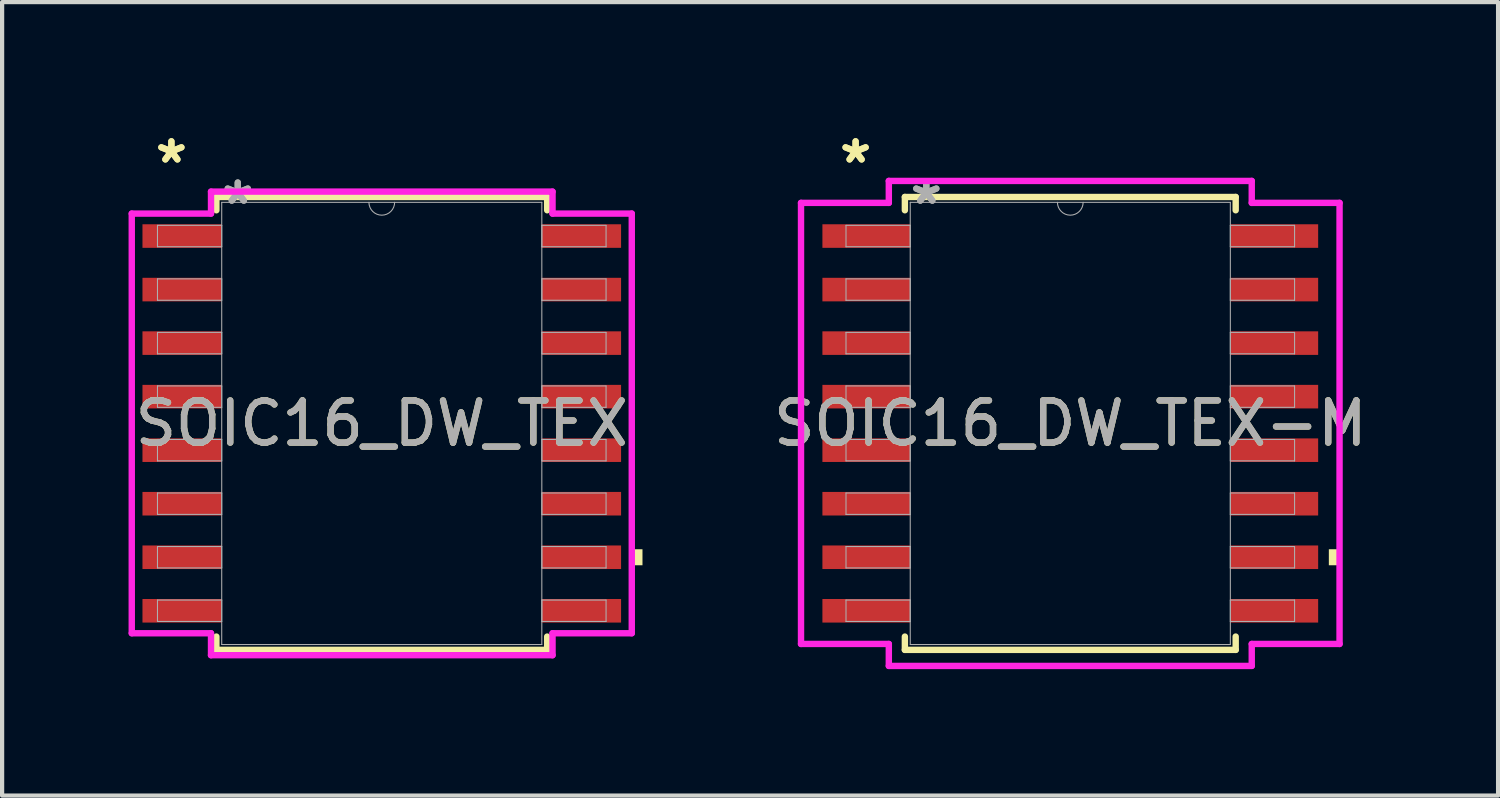
<source format=kicad_pcb>
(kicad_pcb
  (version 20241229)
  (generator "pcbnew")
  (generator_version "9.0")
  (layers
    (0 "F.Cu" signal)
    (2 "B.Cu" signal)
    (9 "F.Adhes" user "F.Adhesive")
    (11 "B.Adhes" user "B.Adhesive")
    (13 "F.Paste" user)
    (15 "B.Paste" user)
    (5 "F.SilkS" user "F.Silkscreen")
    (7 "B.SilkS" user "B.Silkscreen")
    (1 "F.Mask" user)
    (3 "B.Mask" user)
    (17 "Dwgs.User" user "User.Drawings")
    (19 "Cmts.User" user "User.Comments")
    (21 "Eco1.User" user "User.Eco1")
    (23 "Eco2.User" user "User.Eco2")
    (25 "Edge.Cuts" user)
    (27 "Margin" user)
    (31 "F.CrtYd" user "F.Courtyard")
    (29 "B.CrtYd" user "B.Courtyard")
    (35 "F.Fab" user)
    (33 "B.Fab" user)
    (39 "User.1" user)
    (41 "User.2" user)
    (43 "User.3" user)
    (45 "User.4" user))
  (footprint "SOIC16_DW_TEX-M"
    (layer "F.Cu")
    (at 22.341 6.995)
    (property "Reference" "SOIC16_DW_TEX-M" (at 0 0 0) (unlocked yes) (layer "F.SilkS") (effects (font (size 1 1) (thickness 0.15))))
    (attr smd)
    (fp_line (start -3.924 -5.372) (end -3.924 -5.057) (stroke (width 0.152) (type solid)) (layer "F.SilkS"))
    (fp_line (start -3.924 5.057) (end -3.924 5.372) (stroke (width 0.152) (type solid)) (layer "F.SilkS"))
    (fp_line (start -3.924 5.372) (end 3.924 5.372) (stroke (width 0.152) (type solid)) (layer "F.SilkS"))
    (fp_line (start 3.924 -5.372) (end -3.924 -5.372) (stroke (width 0.152) (type solid)) (layer "F.SilkS"))
    (fp_line (start 3.924 -5.057) (end 3.924 -5.372) (stroke (width 0.152) (type solid)) (layer "F.SilkS"))
    (fp_line (start 3.924 5.372) (end 3.924 5.057) (stroke (width 0.152) (type solid)) (layer "F.SilkS"))
    (fp_poly (pts (xy 6.388 2.985) (xy 6.388 3.365) (xy 6.134 3.365) (xy 6.134 2.985)) (stroke (width 0) (type solid)) (fill yes) (layer "F.SilkS"))
    (fp_line (start -6.388 -5.232) (end -4.305 -5.232) (stroke (width 0.152) (type solid)) (layer "F.CrtYd"))
    (fp_line (start -6.388 5.232) (end -6.388 -5.232) (stroke (width 0.152) (type solid)) (layer "F.CrtYd"))
    (fp_line (start -6.388 5.232) (end -4.305 5.232) (stroke (width 0.152) (type solid)) (layer "F.CrtYd"))
    (fp_line (start -4.305 -5.753) (end 4.305 -5.753) (stroke (width 0.152) (type solid)) (layer "F.CrtYd"))
    (fp_line (start -4.305 -5.232) (end -4.305 -5.753) (stroke (width 0.152) (type solid)) (layer "F.CrtYd"))
    (fp_line (start -4.305 5.753) (end -4.305 5.232) (stroke (width 0.152) (type solid)) (layer "F.CrtYd"))
    (fp_line (start 4.305 -5.753) (end 4.305 -5.232) (stroke (width 0.152) (type solid)) (layer "F.CrtYd"))
    (fp_line (start 4.305 5.232) (end 4.305 5.753) (stroke (width 0.152) (type solid)) (layer "F.CrtYd"))
    (fp_line (start 4.305 5.753) (end -4.305 5.753) (stroke (width 0.152) (type solid)) (layer "F.CrtYd"))
    (fp_line (start 6.388 -5.232) (end 4.305 -5.232) (stroke (width 0.152) (type solid)) (layer "F.CrtYd"))
    (fp_line (start 6.388 -5.232) (end 6.388 5.232) (stroke (width 0.152) (type solid)) (layer "F.CrtYd"))
    (fp_line (start 6.388 5.232) (end 4.305 5.232) (stroke (width 0.152) (type solid)) (layer "F.CrtYd"))
    (fp_line (start -5.321 -4.699) (end -5.321 -4.191) (stroke (width 0.025) (type solid)) (layer "F.Fab"))
    (fp_line (start -5.321 -4.191) (end -3.797 -4.191) (stroke (width 0.025) (type solid)) (layer "F.Fab"))
    (fp_line (start -5.321 -3.429) (end -5.321 -2.921) (stroke (width 0.025) (type solid)) (layer "F.Fab"))
    (fp_line (start -5.321 -2.921) (end -3.797 -2.921) (stroke (width 0.025) (type solid)) (layer "F.Fab"))
    (fp_line (start -5.321 -2.159) (end -5.321 -1.651) (stroke (width 0.025) (type solid)) (layer "F.Fab"))
    (fp_line (start -5.321 -1.651) (end -3.797 -1.651) (stroke (width 0.025) (type solid)) (layer "F.Fab"))
    (fp_line (start -5.321 -0.889) (end -5.321 -0.381) (stroke (width 0.025) (type solid)) (layer "F.Fab"))
    (fp_line (start -5.321 -0.381) (end -3.797 -0.381) (stroke (width 0.025) (type solid)) (layer "F.Fab"))
    (fp_line (start -5.321 0.381) (end -5.321 0.889) (stroke (width 0.025) (type solid)) (layer "F.Fab"))
    (fp_line (start -5.321 0.889) (end -3.797 0.889) (stroke (width 0.025) (type solid)) (layer "F.Fab"))
    (fp_line (start -5.321 1.651) (end -5.321 2.159) (stroke (width 0.025) (type solid)) (layer "F.Fab"))
    (fp_line (start -5.321 2.159) (end -3.797 2.159) (stroke (width 0.025) (type solid)) (layer "F.Fab"))
    (fp_line (start -5.321 2.921) (end -5.321 3.429) (stroke (width 0.025) (type solid)) (layer "F.Fab"))
    (fp_line (start -5.321 3.429) (end -3.797 3.429) (stroke (width 0.025) (type solid)) (layer "F.Fab"))
    (fp_line (start -5.321 4.191) (end -5.321 4.699) (stroke (width 0.025) (type solid)) (layer "F.Fab"))
    (fp_line (start -5.321 4.699) (end -3.797 4.699) (stroke (width 0.025) (type solid)) (layer "F.Fab"))
    (fp_line (start -3.797 -5.245) (end -3.797 5.245) (stroke (width 0.025) (type solid)) (layer "F.Fab"))
    (fp_line (start -3.797 -4.699) (end -5.321 -4.699) (stroke (width 0.025) (type solid)) (layer "F.Fab"))
    (fp_line (start -3.797 -4.191) (end -3.797 -4.699) (stroke (width 0.025) (type solid)) (layer "F.Fab"))
    (fp_line (start -3.797 -3.429) (end -5.321 -3.429) (stroke (width 0.025) (type solid)) (layer "F.Fab"))
    (fp_line (start -3.797 -2.921) (end -3.797 -3.429) (stroke (width 0.025) (type solid)) (layer "F.Fab"))
    (fp_line (start -3.797 -2.159) (end -5.321 -2.159) (stroke (width 0.025) (type solid)) (layer "F.Fab"))
    (fp_line (start -3.797 -1.651) (end -3.797 -2.159) (stroke (width 0.025) (type solid)) (layer "F.Fab"))
    (fp_line (start -3.797 -0.889) (end -5.321 -0.889) (stroke (width 0.025) (type solid)) (layer "F.Fab"))
    (fp_line (start -3.797 -0.381) (end -3.797 -0.889) (stroke (width 0.025) (type solid)) (layer "F.Fab"))
    (fp_line (start -3.797 0.381) (end -5.321 0.381) (stroke (width 0.025) (type solid)) (layer "F.Fab"))
    (fp_line (start -3.797 0.889) (end -3.797 0.381) (stroke (width 0.025) (type solid)) (layer "F.Fab"))
    (fp_line (start -3.797 1.651) (end -5.321 1.651) (stroke (width 0.025) (type solid)) (layer "F.Fab"))
    (fp_line (start -3.797 2.159) (end -3.797 1.651) (stroke (width 0.025) (type solid)) (layer "F.Fab"))
    (fp_line (start -3.797 2.921) (end -5.321 2.921) (stroke (width 0.025) (type solid)) (layer "F.Fab"))
    (fp_line (start -3.797 3.429) (end -3.797 2.921) (stroke (width 0.025) (type solid)) (layer "F.Fab"))
    (fp_line (start -3.797 4.191) (end -5.321 4.191) (stroke (width 0.025) (type solid)) (layer "F.Fab"))
    (fp_line (start -3.797 4.699) (end -3.797 4.191) (stroke (width 0.025) (type solid)) (layer "F.Fab"))
    (fp_line (start -3.797 5.245) (end 3.797 5.245) (stroke (width 0.025) (type solid)) (layer "F.Fab"))
    (fp_line (start 3.797 -5.245) (end -3.797 -5.245) (stroke (width 0.025) (type solid)) (layer "F.Fab"))
    (fp_line (start 3.797 -4.699) (end 3.797 -4.191) (stroke (width 0.025) (type solid)) (layer "F.Fab"))
    (fp_line (start 3.797 -4.191) (end 5.321 -4.191) (stroke (width 0.025) (type solid)) (layer "F.Fab"))
    (fp_line (start 3.797 -3.429) (end 3.797 -2.921) (stroke (width 0.025) (type solid)) (layer "F.Fab"))
    (fp_line (start 3.797 -2.921) (end 5.321 -2.921) (stroke (width 0.025) (type solid)) (layer "F.Fab"))
    (fp_line (start 3.797 -2.159) (end 3.797 -1.651) (stroke (width 0.025) (type solid)) (layer "F.Fab"))
    (fp_line (start 3.797 -1.651) (end 5.321 -1.651) (stroke (width 0.025) (type solid)) (layer "F.Fab"))
    (fp_line (start 3.797 -0.889) (end 3.797 -0.381) (stroke (width 0.025) (type solid)) (layer "F.Fab"))
    (fp_line (start 3.797 -0.381) (end 5.321 -0.381) (stroke (width 0.025) (type solid)) (layer "F.Fab"))
    (fp_line (start 3.797 0.381) (end 3.797 0.889) (stroke (width 0.025) (type solid)) (layer "F.Fab"))
    (fp_line (start 3.797 0.889) (end 5.321 0.889) (stroke (width 0.025) (type solid)) (layer "F.Fab"))
    (fp_line (start 3.797 1.651) (end 3.797 2.159) (stroke (width 0.025) (type solid)) (layer "F.Fab"))
    (fp_line (start 3.797 2.159) (end 5.321 2.159) (stroke (width 0.025) (type solid)) (layer "F.Fab"))
    (fp_line (start 3.797 2.921) (end 3.797 3.429) (stroke (width 0.025) (type solid)) (layer "F.Fab"))
    (fp_line (start 3.797 3.429) (end 5.321 3.429) (stroke (width 0.025) (type solid)) (layer "F.Fab"))
    (fp_line (start 3.797 4.191) (end 3.797 4.699) (stroke (width 0.025) (type solid)) (layer "F.Fab"))
    (fp_line (start 3.797 4.699) (end 5.321 4.699) (stroke (width 0.025) (type solid)) (layer "F.Fab"))
    (fp_line (start 3.797 5.245) (end 3.797 -5.245) (stroke (width 0.025) (type solid)) (layer "F.Fab"))
    (fp_line (start 5.321 -4.699) (end 3.797 -4.699) (stroke (width 0.025) (type solid)) (layer "F.Fab"))
    (fp_line (start 5.321 -4.191) (end 5.321 -4.699) (stroke (width 0.025) (type solid)) (layer "F.Fab"))
    (fp_line (start 5.321 -3.429) (end 3.797 -3.429) (stroke (width 0.025) (type solid)) (layer "F.Fab"))
    (fp_line (start 5.321 -2.921) (end 5.321 -3.429) (stroke (width 0.025) (type solid)) (layer "F.Fab"))
    (fp_line (start 5.321 -2.159) (end 3.797 -2.159) (stroke (width 0.025) (type solid)) (layer "F.Fab"))
    (fp_line (start 5.321 -1.651) (end 5.321 -2.159) (stroke (width 0.025) (type solid)) (layer "F.Fab"))
    (fp_line (start 5.321 -0.889) (end 3.797 -0.889) (stroke (width 0.025) (type solid)) (layer "F.Fab"))
    (fp_line (start 5.321 -0.381) (end 5.321 -0.889) (stroke (width 0.025) (type solid)) (layer "F.Fab"))
    (fp_line (start 5.321 0.381) (end 3.797 0.381) (stroke (width 0.025) (type solid)) (layer "F.Fab"))
    (fp_line (start 5.321 0.889) (end 5.321 0.381) (stroke (width 0.025) (type solid)) (layer "F.Fab"))
    (fp_line (start 5.321 1.651) (end 3.797 1.651) (stroke (width 0.025) (type solid)) (layer "F.Fab"))
    (fp_line (start 5.321 2.159) (end 5.321 1.651) (stroke (width 0.025) (type solid)) (layer "F.Fab"))
    (fp_line (start 5.321 2.921) (end 3.797 2.921) (stroke (width 0.025) (type solid)) (layer "F.Fab"))
    (fp_line (start 5.321 3.429) (end 5.321 2.921) (stroke (width 0.025) (type solid)) (layer "F.Fab"))
    (fp_line (start 5.321 4.191) (end 3.797 4.191) (stroke (width 0.025) (type solid)) (layer "F.Fab"))
    (fp_line (start 5.321 4.699) (end 5.321 4.191) (stroke (width 0.025) (type solid)) (layer "F.Fab"))
    (fp_arc (start 0.3048 -5.2451) (mid 0 -4.9403) (end -0.3048 -5.2451) (stroke (width 0.0254) (type solid)) (layer "F.Fab"))
    (fp_text user "*" (at -5.093 -6.147 0) (unlocked yes) (layer "F.SilkS") (effects (font (size 1 1) (thickness 0.15))))
    (fp_text user "*" (at -5.093 -6.147 0) (layer "F.SilkS") (effects (font (size 1 1) (thickness 0.15))))
    (fp_text user "*" (at -3.416 -5.169 0) (unlocked yes) (layer "F.Fab") (effects (font (size 1 1) (thickness 0.15))))
    (fp_text user "${REFERENCE}" (at 0 0 0) (unlocked yes) (layer "F.Fab") (effects (font (size 1 1) (thickness 0.15))))
    (fp_text user "*" (at -3.416 -5.169 0) (layer "F.Fab") (effects (font (size 1 1) (thickness 0.15))))
    (pad "1" smd rect (at -4.839 -4.445) (size 2.083 0.559) (layers "F.Cu" "F.Mask" "F.Paste"))
    (pad "2" smd rect (at -4.839 -3.175) (size 2.083 0.559) (layers "F.Cu" "F.Mask" "F.Paste"))
    (pad "3" smd rect (at -4.839 -1.905) (size 2.083 0.559) (layers "F.Cu" "F.Mask" "F.Paste"))
    (pad "4" smd rect (at -4.839 -0.635) (size 2.083 0.559) (layers "F.Cu" "F.Mask" "F.Paste"))
    (pad "5" smd rect (at -4.839 0.635) (size 2.083 0.559) (layers "F.Cu" "F.Mask" "F.Paste"))
    (pad "6" smd rect (at -4.839 1.905) (size 2.083 0.559) (layers "F.Cu" "F.Mask" "F.Paste"))
    (pad "7" smd rect (at -4.839 3.175) (size 2.083 0.559) (layers "F.Cu" "F.Mask" "F.Paste"))
    (pad "8" smd rect (at -4.839 4.445) (size 2.083 0.559) (layers "F.Cu" "F.Mask" "F.Paste"))
    (pad "9" smd rect (at 4.839 4.445) (size 2.083 0.559) (layers "F.Cu" "F.Mask" "F.Paste"))
    (pad "10" smd rect (at 4.839 3.175) (size 2.083 0.559) (layers "F.Cu" "F.Mask" "F.Paste"))
    (pad "11" smd rect (at 4.839 1.905) (size 2.083 0.559) (layers "F.Cu" "F.Mask" "F.Paste"))
    (pad "12" smd rect (at 4.839 0.635) (size 2.083 0.559) (layers "F.Cu" "F.Mask" "F.Paste"))
    (pad "13" smd rect (at 4.839 -0.635) (size 2.083 0.559) (layers "F.Cu" "F.Mask" "F.Paste"))
    (pad "14" smd rect (at 4.839 -1.905) (size 2.083 0.559) (layers "F.Cu" "F.Mask" "F.Paste"))
    (pad "15" smd rect (at 4.839 -3.175) (size 2.083 0.559) (layers "F.Cu" "F.Mask" "F.Paste"))
    (pad "16" smd rect (at 4.839 -4.445) (size 2.083 0.559) (layers "F.Cu" "F.Mask" "F.Paste")))
  (footprint "SOIC16_DW_TEX"
    (layer "F.Cu")
    (at 6.007 6.995)
    (property "Reference" "SOIC16_DW_TEX" (at 0 0 0) (unlocked yes) (layer "F.SilkS") (effects (font (size 1 1) (thickness 0.15))))
    (attr smd)
    (fp_line (start -3.924 -5.372) (end -3.924 -5.057) (stroke (width 0.152) (type solid)) (layer "F.SilkS"))
    (fp_line (start -3.924 5.057) (end -3.924 5.372) (stroke (width 0.152) (type solid)) (layer "F.SilkS"))
    (fp_line (start -3.924 5.372) (end 3.924 5.372) (stroke (width 0.152) (type solid)) (layer "F.SilkS"))
    (fp_line (start 3.924 -5.372) (end -3.924 -5.372) (stroke (width 0.152) (type solid)) (layer "F.SilkS"))
    (fp_line (start 3.924 -5.057) (end 3.924 -5.372) (stroke (width 0.152) (type solid)) (layer "F.SilkS"))
    (fp_line (start 3.924 5.372) (end 3.924 5.057) (stroke (width 0.152) (type solid)) (layer "F.SilkS"))
    (fp_poly (pts (xy 6.185 2.985) (xy 6.185 3.365) (xy 5.931 3.365) (xy 5.931 2.985)) (stroke (width 0) (type solid)) (fill yes) (layer "F.SilkS"))
    (fp_line (start -5.931 -4.978) (end -4.051 -4.978) (stroke (width 0.152) (type solid)) (layer "F.CrtYd"))
    (fp_line (start -5.931 4.978) (end -5.931 -4.978) (stroke (width 0.152) (type solid)) (layer "F.CrtYd"))
    (fp_line (start -5.931 4.978) (end -4.051 4.978) (stroke (width 0.152) (type solid)) (layer "F.CrtYd"))
    (fp_line (start -4.051 -5.499) (end 4.051 -5.499) (stroke (width 0.152) (type solid)) (layer "F.CrtYd"))
    (fp_line (start -4.051 -4.978) (end -4.051 -5.499) (stroke (width 0.152) (type solid)) (layer "F.CrtYd"))
    (fp_line (start -4.051 5.499) (end -4.051 4.978) (stroke (width 0.152) (type solid)) (layer "F.CrtYd"))
    (fp_line (start 4.051 -5.499) (end 4.051 -4.978) (stroke (width 0.152) (type solid)) (layer "F.CrtYd"))
    (fp_line (start 4.051 4.978) (end 4.051 5.499) (stroke (width 0.152) (type solid)) (layer "F.CrtYd"))
    (fp_line (start 4.051 5.499) (end -4.051 5.499) (stroke (width 0.152) (type solid)) (layer "F.CrtYd"))
    (fp_line (start 5.931 -4.978) (end 4.051 -4.978) (stroke (width 0.152) (type solid)) (layer "F.CrtYd"))
    (fp_line (start 5.931 -4.978) (end 5.931 4.978) (stroke (width 0.152) (type solid)) (layer "F.CrtYd"))
    (fp_line (start 5.931 4.978) (end 4.051 4.978) (stroke (width 0.152) (type solid)) (layer "F.CrtYd"))
    (fp_line (start -5.321 -4.699) (end -5.321 -4.191) (stroke (width 0.025) (type solid)) (layer "F.Fab"))
    (fp_line (start -5.321 -4.191) (end -3.797 -4.191) (stroke (width 0.025) (type solid)) (layer "F.Fab"))
    (fp_line (start -5.321 -3.429) (end -5.321 -2.921) (stroke (width 0.025) (type solid)) (layer "F.Fab"))
    (fp_line (start -5.321 -2.921) (end -3.797 -2.921) (stroke (width 0.025) (type solid)) (layer "F.Fab"))
    (fp_line (start -5.321 -2.159) (end -5.321 -1.651) (stroke (width 0.025) (type solid)) (layer "F.Fab"))
    (fp_line (start -5.321 -1.651) (end -3.797 -1.651) (stroke (width 0.025) (type solid)) (layer "F.Fab"))
    (fp_line (start -5.321 -0.889) (end -5.321 -0.381) (stroke (width 0.025) (type solid)) (layer "F.Fab"))
    (fp_line (start -5.321 -0.381) (end -3.797 -0.381) (stroke (width 0.025) (type solid)) (layer "F.Fab"))
    (fp_line (start -5.321 0.381) (end -5.321 0.889) (stroke (width 0.025) (type solid)) (layer "F.Fab"))
    (fp_line (start -5.321 0.889) (end -3.797 0.889) (stroke (width 0.025) (type solid)) (layer "F.Fab"))
    (fp_line (start -5.321 1.651) (end -5.321 2.159) (stroke (width 0.025) (type solid)) (layer "F.Fab"))
    (fp_line (start -5.321 2.159) (end -3.797 2.159) (stroke (width 0.025) (type solid)) (layer "F.Fab"))
    (fp_line (start -5.321 2.921) (end -5.321 3.429) (stroke (width 0.025) (type solid)) (layer "F.Fab"))
    (fp_line (start -5.321 3.429) (end -3.797 3.429) (stroke (width 0.025) (type solid)) (layer "F.Fab"))
    (fp_line (start -5.321 4.191) (end -5.321 4.699) (stroke (width 0.025) (type solid)) (layer "F.Fab"))
    (fp_line (start -5.321 4.699) (end -3.797 4.699) (stroke (width 0.025) (type solid)) (layer "F.Fab"))
    (fp_line (start -3.797 -5.245) (end -3.797 5.245) (stroke (width 0.025) (type solid)) (layer "F.Fab"))
    (fp_line (start -3.797 -4.699) (end -5.321 -4.699) (stroke (width 0.025) (type solid)) (layer "F.Fab"))
    (fp_line (start -3.797 -4.191) (end -3.797 -4.699) (stroke (width 0.025) (type solid)) (layer "F.Fab"))
    (fp_line (start -3.797 -3.429) (end -5.321 -3.429) (stroke (width 0.025) (type solid)) (layer "F.Fab"))
    (fp_line (start -3.797 -2.921) (end -3.797 -3.429) (stroke (width 0.025) (type solid)) (layer "F.Fab"))
    (fp_line (start -3.797 -2.159) (end -5.321 -2.159) (stroke (width 0.025) (type solid)) (layer "F.Fab"))
    (fp_line (start -3.797 -1.651) (end -3.797 -2.159) (stroke (width 0.025) (type solid)) (layer "F.Fab"))
    (fp_line (start -3.797 -0.889) (end -5.321 -0.889) (stroke (width 0.025) (type solid)) (layer "F.Fab"))
    (fp_line (start -3.797 -0.381) (end -3.797 -0.889) (stroke (width 0.025) (type solid)) (layer "F.Fab"))
    (fp_line (start -3.797 0.381) (end -5.321 0.381) (stroke (width 0.025) (type solid)) (layer "F.Fab"))
    (fp_line (start -3.797 0.889) (end -3.797 0.381) (stroke (width 0.025) (type solid)) (layer "F.Fab"))
    (fp_line (start -3.797 1.651) (end -5.321 1.651) (stroke (width 0.025) (type solid)) (layer "F.Fab"))
    (fp_line (start -3.797 2.159) (end -3.797 1.651) (stroke (width 0.025) (type solid)) (layer "F.Fab"))
    (fp_line (start -3.797 2.921) (end -5.321 2.921) (stroke (width 0.025) (type solid)) (layer "F.Fab"))
    (fp_line (start -3.797 3.429) (end -3.797 2.921) (stroke (width 0.025) (type solid)) (layer "F.Fab"))
    (fp_line (start -3.797 4.191) (end -5.321 4.191) (stroke (width 0.025) (type solid)) (layer "F.Fab"))
    (fp_line (start -3.797 4.699) (end -3.797 4.191) (stroke (width 0.025) (type solid)) (layer "F.Fab"))
    (fp_line (start -3.797 5.245) (end 3.797 5.245) (stroke (width 0.025) (type solid)) (layer "F.Fab"))
    (fp_line (start 3.797 -5.245) (end -3.797 -5.245) (stroke (width 0.025) (type solid)) (layer "F.Fab"))
    (fp_line (start 3.797 -4.699) (end 3.797 -4.191) (stroke (width 0.025) (type solid)) (layer "F.Fab"))
    (fp_line (start 3.797 -4.191) (end 5.321 -4.191) (stroke (width 0.025) (type solid)) (layer "F.Fab"))
    (fp_line (start 3.797 -3.429) (end 3.797 -2.921) (stroke (width 0.025) (type solid)) (layer "F.Fab"))
    (fp_line (start 3.797 -2.921) (end 5.321 -2.921) (stroke (width 0.025) (type solid)) (layer "F.Fab"))
    (fp_line (start 3.797 -2.159) (end 3.797 -1.651) (stroke (width 0.025) (type solid)) (layer "F.Fab"))
    (fp_line (start 3.797 -1.651) (end 5.321 -1.651) (stroke (width 0.025) (type solid)) (layer "F.Fab"))
    (fp_line (start 3.797 -0.889) (end 3.797 -0.381) (stroke (width 0.025) (type solid)) (layer "F.Fab"))
    (fp_line (start 3.797 -0.381) (end 5.321 -0.381) (stroke (width 0.025) (type solid)) (layer "F.Fab"))
    (fp_line (start 3.797 0.381) (end 3.797 0.889) (stroke (width 0.025) (type solid)) (layer "F.Fab"))
    (fp_line (start 3.797 0.889) (end 5.321 0.889) (stroke (width 0.025) (type solid)) (layer "F.Fab"))
    (fp_line (start 3.797 1.651) (end 3.797 2.159) (stroke (width 0.025) (type solid)) (layer "F.Fab"))
    (fp_line (start 3.797 2.159) (end 5.321 2.159) (stroke (width 0.025) (type solid)) (layer "F.Fab"))
    (fp_line (start 3.797 2.921) (end 3.797 3.429) (stroke (width 0.025) (type solid)) (layer "F.Fab"))
    (fp_line (start 3.797 3.429) (end 5.321 3.429) (stroke (width 0.025) (type solid)) (layer "F.Fab"))
    (fp_line (start 3.797 4.191) (end 3.797 4.699) (stroke (width 0.025) (type solid)) (layer "F.Fab"))
    (fp_line (start 3.797 4.699) (end 5.321 4.699) (stroke (width 0.025) (type solid)) (layer "F.Fab"))
    (fp_line (start 3.797 5.245) (end 3.797 -5.245) (stroke (width 0.025) (type solid)) (layer "F.Fab"))
    (fp_line (start 5.321 -4.699) (end 3.797 -4.699) (stroke (width 0.025) (type solid)) (layer "F.Fab"))
    (fp_line (start 5.321 -4.191) (end 5.321 -4.699) (stroke (width 0.025) (type solid)) (layer "F.Fab"))
    (fp_line (start 5.321 -3.429) (end 3.797 -3.429) (stroke (width 0.025) (type solid)) (layer "F.Fab"))
    (fp_line (start 5.321 -2.921) (end 5.321 -3.429) (stroke (width 0.025) (type solid)) (layer "F.Fab"))
    (fp_line (start 5.321 -2.159) (end 3.797 -2.159) (stroke (width 0.025) (type solid)) (layer "F.Fab"))
    (fp_line (start 5.321 -1.651) (end 5.321 -2.159) (stroke (width 0.025) (type solid)) (layer "F.Fab"))
    (fp_line (start 5.321 -0.889) (end 3.797 -0.889) (stroke (width 0.025) (type solid)) (layer "F.Fab"))
    (fp_line (start 5.321 -0.381) (end 5.321 -0.889) (stroke (width 0.025) (type solid)) (layer "F.Fab"))
    (fp_line (start 5.321 0.381) (end 3.797 0.381) (stroke (width 0.025) (type solid)) (layer "F.Fab"))
    (fp_line (start 5.321 0.889) (end 5.321 0.381) (stroke (width 0.025) (type solid)) (layer "F.Fab"))
    (fp_line (start 5.321 1.651) (end 3.797 1.651) (stroke (width 0.025) (type solid)) (layer "F.Fab"))
    (fp_line (start 5.321 2.159) (end 5.321 1.651) (stroke (width 0.025) (type solid)) (layer "F.Fab"))
    (fp_line (start 5.321 2.921) (end 3.797 2.921) (stroke (width 0.025) (type solid)) (layer "F.Fab"))
    (fp_line (start 5.321 3.429) (end 5.321 2.921) (stroke (width 0.025) (type solid)) (layer "F.Fab"))
    (fp_line (start 5.321 4.191) (end 3.797 4.191) (stroke (width 0.025) (type solid)) (layer "F.Fab"))
    (fp_line (start 5.321 4.699) (end 5.321 4.191) (stroke (width 0.025) (type solid)) (layer "F.Fab"))
    (fp_arc (start 0.3048 -5.2451) (mid 0 -4.9403) (end -0.3048 -5.2451) (stroke (width 0.0254) (type solid)) (layer "F.Fab"))
    (fp_text user "*" (at -4.991 -6.147 0) (unlocked yes) (layer "F.SilkS") (effects (font (size 1 1) (thickness 0.15))))
    (fp_text user "*" (at -4.991 -6.147 0) (layer "F.SilkS") (effects (font (size 1 1) (thickness 0.15))))
    (fp_text user "${REFERENCE}" (at 0 0 0) (unlocked yes) (layer "F.Fab") (effects (font (size 1 1) (thickness 0.15))))
    (fp_text user "*" (at -3.416 -5.169 0) (unlocked yes) (layer "F.Fab") (effects (font (size 1 1) (thickness 0.15))))
    (fp_text user "*" (at -3.416 -5.169 0) (layer "F.Fab") (effects (font (size 1 1) (thickness 0.15))))
    (pad "1" smd rect (at -4.737 -4.445) (size 1.88 0.559) (layers "F.Cu" "F.Mask" "F.Paste"))
    (pad "2" smd rect (at -4.737 -3.175) (size 1.88 0.559) (layers "F.Cu" "F.Mask" "F.Paste"))
    (pad "3" smd rect (at -4.737 -1.905) (size 1.88 0.559) (layers "F.Cu" "F.Mask" "F.Paste"))
    (pad "4" smd rect (at -4.737 -0.635) (size 1.88 0.559) (layers "F.Cu" "F.Mask" "F.Paste"))
    (pad "5" smd rect (at -4.737 0.635) (size 1.88 0.559) (layers "F.Cu" "F.Mask" "F.Paste"))
    (pad "6" smd rect (at -4.737 1.905) (size 1.88 0.559) (layers "F.Cu" "F.Mask" "F.Paste"))
    (pad "7" smd rect (at -4.737 3.175) (size 1.88 0.559) (layers "F.Cu" "F.Mask" "F.Paste"))
    (pad "8" smd rect (at -4.737 4.445) (size 1.88 0.559) (layers "F.Cu" "F.Mask" "F.Paste"))
    (pad "9" smd rect (at 4.737 4.445) (size 1.88 0.559) (layers "F.Cu" "F.Mask" "F.Paste"))
    (pad "10" smd rect (at 4.737 3.175) (size 1.88 0.559) (layers "F.Cu" "F.Mask" "F.Paste"))
    (pad "11" smd rect (at 4.737 1.905) (size 1.88 0.559) (layers "F.Cu" "F.Mask" "F.Paste"))
    (pad "12" smd rect (at 4.737 0.635) (size 1.88 0.559) (layers "F.Cu" "F.Mask" "F.Paste"))
    (pad "13" smd rect (at 4.737 -0.635) (size 1.88 0.559) (layers "F.Cu" "F.Mask" "F.Paste"))
    (pad "14" smd rect (at 4.737 -1.905) (size 1.88 0.559) (layers "F.Cu" "F.Mask" "F.Paste"))
    (pad "15" smd rect (at 4.737 -3.175) (size 1.88 0.559) (layers "F.Cu" "F.Mask" "F.Paste"))
    (pad "16" smd rect (at 4.737 -4.445) (size 1.88 0.559) (layers "F.Cu" "F.Mask" "F.Paste")))
  (gr_rect
    (start -3 -3)
    (end 32.49 15.824)
    (stroke (width 0.1) (type default))
    (fill no)
    (layer "Edge.Cuts")))
</source>
